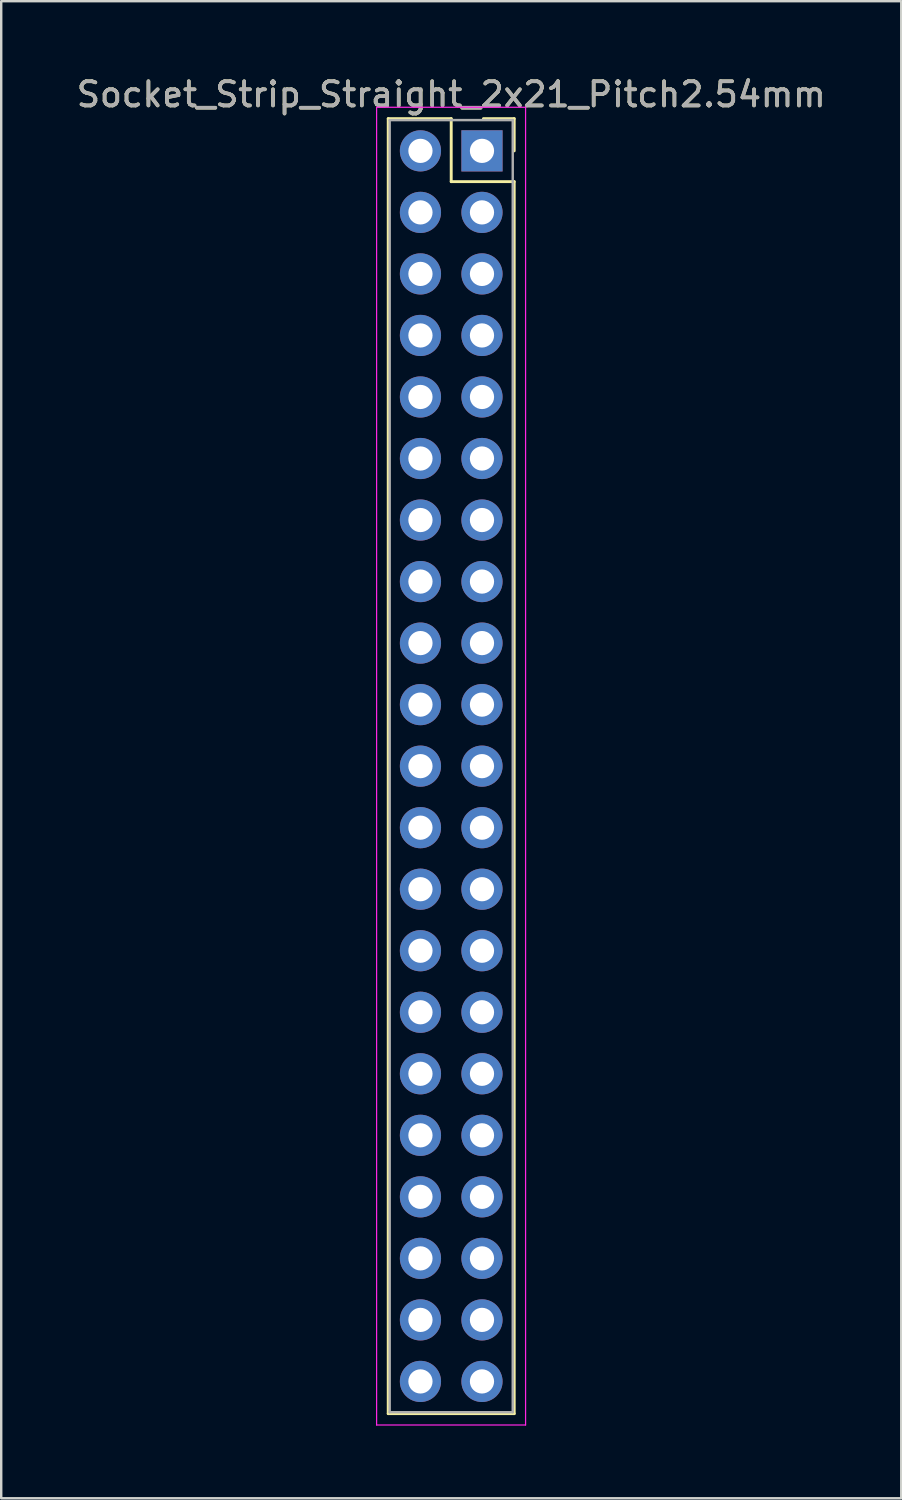
<source format=kicad_pcb>
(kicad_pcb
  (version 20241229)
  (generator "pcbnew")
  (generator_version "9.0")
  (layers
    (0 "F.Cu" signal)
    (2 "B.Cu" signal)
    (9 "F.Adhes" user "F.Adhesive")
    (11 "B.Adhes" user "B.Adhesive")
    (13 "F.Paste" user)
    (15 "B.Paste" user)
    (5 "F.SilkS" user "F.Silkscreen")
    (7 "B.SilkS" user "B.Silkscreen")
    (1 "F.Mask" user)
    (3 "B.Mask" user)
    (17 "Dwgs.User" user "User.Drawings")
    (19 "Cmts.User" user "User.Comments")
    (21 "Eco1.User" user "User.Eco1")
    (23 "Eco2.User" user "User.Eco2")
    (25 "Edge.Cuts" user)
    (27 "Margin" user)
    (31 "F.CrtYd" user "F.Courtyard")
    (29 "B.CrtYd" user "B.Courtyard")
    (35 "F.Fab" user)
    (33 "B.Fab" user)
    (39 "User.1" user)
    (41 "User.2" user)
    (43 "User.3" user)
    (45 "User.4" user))
  (footprint "Socket_Strip_Straight_2x21_Pitch2.54mm"
    (layer "F.Cu")
    (at 16.847 3.178)
    (property "Reference" "Socket_Strip_Straight_2x21_Pitch2.54mm" (at -1.27 -2.33 0) (layer "F.SilkS") (effects (font (size 1 1) (thickness 0.15))))
    (attr through_hole)
    (fp_line (start -3.87 -1.33) (end -1.27 -1.33) (stroke (width 0.12) (type solid)) (layer "F.SilkS"))
    (fp_line (start -3.87 52.13) (end -3.87 -1.33) (stroke (width 0.12) (type solid)) (layer "F.SilkS"))
    (fp_line (start -1.27 -1.33) (end -1.27 1.27) (stroke (width 0.12) (type solid)) (layer "F.SilkS"))
    (fp_line (start -1.27 1.27) (end 1.33 1.27) (stroke (width 0.12) (type solid)) (layer "F.SilkS"))
    (fp_line (start 1.33 -1.33) (end 0.06 -1.33) (stroke (width 0.12) (type solid)) (layer "F.SilkS"))
    (fp_line (start 1.33 0) (end 1.33 -1.33) (stroke (width 0.12) (type solid)) (layer "F.SilkS"))
    (fp_line (start 1.33 1.27) (end 1.33 52.13) (stroke (width 0.12) (type solid)) (layer "F.SilkS"))
    (fp_line (start 1.33 52.13) (end -3.87 52.13) (stroke (width 0.12) (type solid)) (layer "F.SilkS"))
    (fp_line (start -4.35 -1.8) (end -4.35 52.6) (stroke (width 0.05) (type solid)) (layer "F.CrtYd"))
    (fp_line (start -4.35 52.6) (end 1.8 52.6) (stroke (width 0.05) (type solid)) (layer "F.CrtYd"))
    (fp_line (start 1.8 -1.8) (end -4.35 -1.8) (stroke (width 0.05) (type solid)) (layer "F.CrtYd"))
    (fp_line (start 1.8 52.6) (end 1.8 -1.8) (stroke (width 0.05) (type solid)) (layer "F.CrtYd"))
    (fp_line (start -3.81 -1.27) (end -3.81 52.07) (stroke (width 0.1) (type solid)) (layer "F.Fab"))
    (fp_line (start -3.81 52.07) (end 1.27 52.07) (stroke (width 0.1) (type solid)) (layer "F.Fab"))
    (fp_line (start 1.27 -1.27) (end -3.81 -1.27) (stroke (width 0.1) (type solid)) (layer "F.Fab"))
    (fp_line (start 1.27 52.07) (end 1.27 -1.27) (stroke (width 0.1) (type solid)) (layer "F.Fab"))
    (fp_text user "${REFERENCE}" (at -1.27 -2.33 0) (layer "F.Fab") (effects (font (size 1 1) (thickness 0.15))))
    (pad "1" thru_hole rect (at 0 0) (size 1.7 1.7) (drill 1) (layers "*.Cu" "*.Mask"))
    (pad "2" thru_hole oval (at -2.54 0) (size 1.7 1.7) (drill 1) (layers "*.Cu" "*.Mask"))
    (pad "3" thru_hole oval (at 0 2.54) (size 1.7 1.7) (drill 1) (layers "*.Cu" "*.Mask"))
    (pad "4" thru_hole oval (at -2.54 2.54) (size 1.7 1.7) (drill 1) (layers "*.Cu" "*.Mask"))
    (pad "5" thru_hole oval (at 0 5.08) (size 1.7 1.7) (drill 1) (layers "*.Cu" "*.Mask"))
    (pad "6" thru_hole oval (at -2.54 5.08) (size 1.7 1.7) (drill 1) (layers "*.Cu" "*.Mask"))
    (pad "7" thru_hole oval (at 0 7.62) (size 1.7 1.7) (drill 1) (layers "*.Cu" "*.Mask"))
    (pad "8" thru_hole oval (at -2.54 7.62) (size 1.7 1.7) (drill 1) (layers "*.Cu" "*.Mask"))
    (pad "9" thru_hole oval (at 0 10.16) (size 1.7 1.7) (drill 1) (layers "*.Cu" "*.Mask"))
    (pad "10" thru_hole oval (at -2.54 10.16) (size 1.7 1.7) (drill 1) (layers "*.Cu" "*.Mask"))
    (pad "11" thru_hole oval (at 0 12.7) (size 1.7 1.7) (drill 1) (layers "*.Cu" "*.Mask"))
    (pad "12" thru_hole oval (at -2.54 12.7) (size 1.7 1.7) (drill 1) (layers "*.Cu" "*.Mask"))
    (pad "13" thru_hole oval (at 0 15.24) (size 1.7 1.7) (drill 1) (layers "*.Cu" "*.Mask"))
    (pad "14" thru_hole oval (at -2.54 15.24) (size 1.7 1.7) (drill 1) (layers "*.Cu" "*.Mask"))
    (pad "15" thru_hole oval (at 0 17.78) (size 1.7 1.7) (drill 1) (layers "*.Cu" "*.Mask"))
    (pad "16" thru_hole oval (at -2.54 17.78) (size 1.7 1.7) (drill 1) (layers "*.Cu" "*.Mask"))
    (pad "17" thru_hole oval (at 0 20.32) (size 1.7 1.7) (drill 1) (layers "*.Cu" "*.Mask"))
    (pad "18" thru_hole oval (at -2.54 20.32) (size 1.7 1.7) (drill 1) (layers "*.Cu" "*.Mask"))
    (pad "19" thru_hole oval (at 0 22.86) (size 1.7 1.7) (drill 1) (layers "*.Cu" "*.Mask"))
    (pad "20" thru_hole oval (at -2.54 22.86) (size 1.7 1.7) (drill 1) (layers "*.Cu" "*.Mask"))
    (pad "21" thru_hole oval (at 0 25.4) (size 1.7 1.7) (drill 1) (layers "*.Cu" "*.Mask"))
    (pad "22" thru_hole oval (at -2.54 25.4) (size 1.7 1.7) (drill 1) (layers "*.Cu" "*.Mask"))
    (pad "23" thru_hole oval (at 0 27.94) (size 1.7 1.7) (drill 1) (layers "*.Cu" "*.Mask"))
    (pad "24" thru_hole oval (at -2.54 27.94) (size 1.7 1.7) (drill 1) (layers "*.Cu" "*.Mask"))
    (pad "25" thru_hole oval (at 0 30.48) (size 1.7 1.7) (drill 1) (layers "*.Cu" "*.Mask"))
    (pad "26" thru_hole oval (at -2.54 30.48) (size 1.7 1.7) (drill 1) (layers "*.Cu" "*.Mask"))
    (pad "27" thru_hole oval (at 0 33.02) (size 1.7 1.7) (drill 1) (layers "*.Cu" "*.Mask"))
    (pad "28" thru_hole oval (at -2.54 33.02) (size 1.7 1.7) (drill 1) (layers "*.Cu" "*.Mask"))
    (pad "29" thru_hole oval (at 0 35.56) (size 1.7 1.7) (drill 1) (layers "*.Cu" "*.Mask"))
    (pad "30" thru_hole oval (at -2.54 35.56) (size 1.7 1.7) (drill 1) (layers "*.Cu" "*.Mask"))
    (pad "31" thru_hole oval (at 0 38.1) (size 1.7 1.7) (drill 1) (layers "*.Cu" "*.Mask"))
    (pad "32" thru_hole oval (at -2.54 38.1) (size 1.7 1.7) (drill 1) (layers "*.Cu" "*.Mask"))
    (pad "33" thru_hole oval (at 0 40.64) (size 1.7 1.7) (drill 1) (layers "*.Cu" "*.Mask"))
    (pad "34" thru_hole oval (at -2.54 40.64) (size 1.7 1.7) (drill 1) (layers "*.Cu" "*.Mask"))
    (pad "35" thru_hole oval (at 0 43.18) (size 1.7 1.7) (drill 1) (layers "*.Cu" "*.Mask"))
    (pad "36" thru_hole oval (at -2.54 43.18) (size 1.7 1.7) (drill 1) (layers "*.Cu" "*.Mask"))
    (pad "37" thru_hole oval (at 0 45.72) (size 1.7 1.7) (drill 1) (layers "*.Cu" "*.Mask"))
    (pad "38" thru_hole oval (at -2.54 45.72) (size 1.7 1.7) (drill 1) (layers "*.Cu" "*.Mask"))
    (pad "39" thru_hole oval (at 0 48.26) (size 1.7 1.7) (drill 1) (layers "*.Cu" "*.Mask"))
    (pad "40" thru_hole oval (at -2.54 48.26) (size 1.7 1.7) (drill 1) (layers "*.Cu" "*.Mask"))
    (pad "41" thru_hole oval (at 0 50.8) (size 1.7 1.7) (drill 1) (layers "*.Cu" "*.Mask"))
    (pad "42" thru_hole oval (at -2.54 50.8) (size 1.7 1.7) (drill 1) (layers "*.Cu" "*.Mask")))
  (gr_rect
    (start -3 -3)
    (end 34.155 58.803)
    (stroke (width 0.1) (type default))
    (fill no)
    (layer "Edge.Cuts")))
</source>
